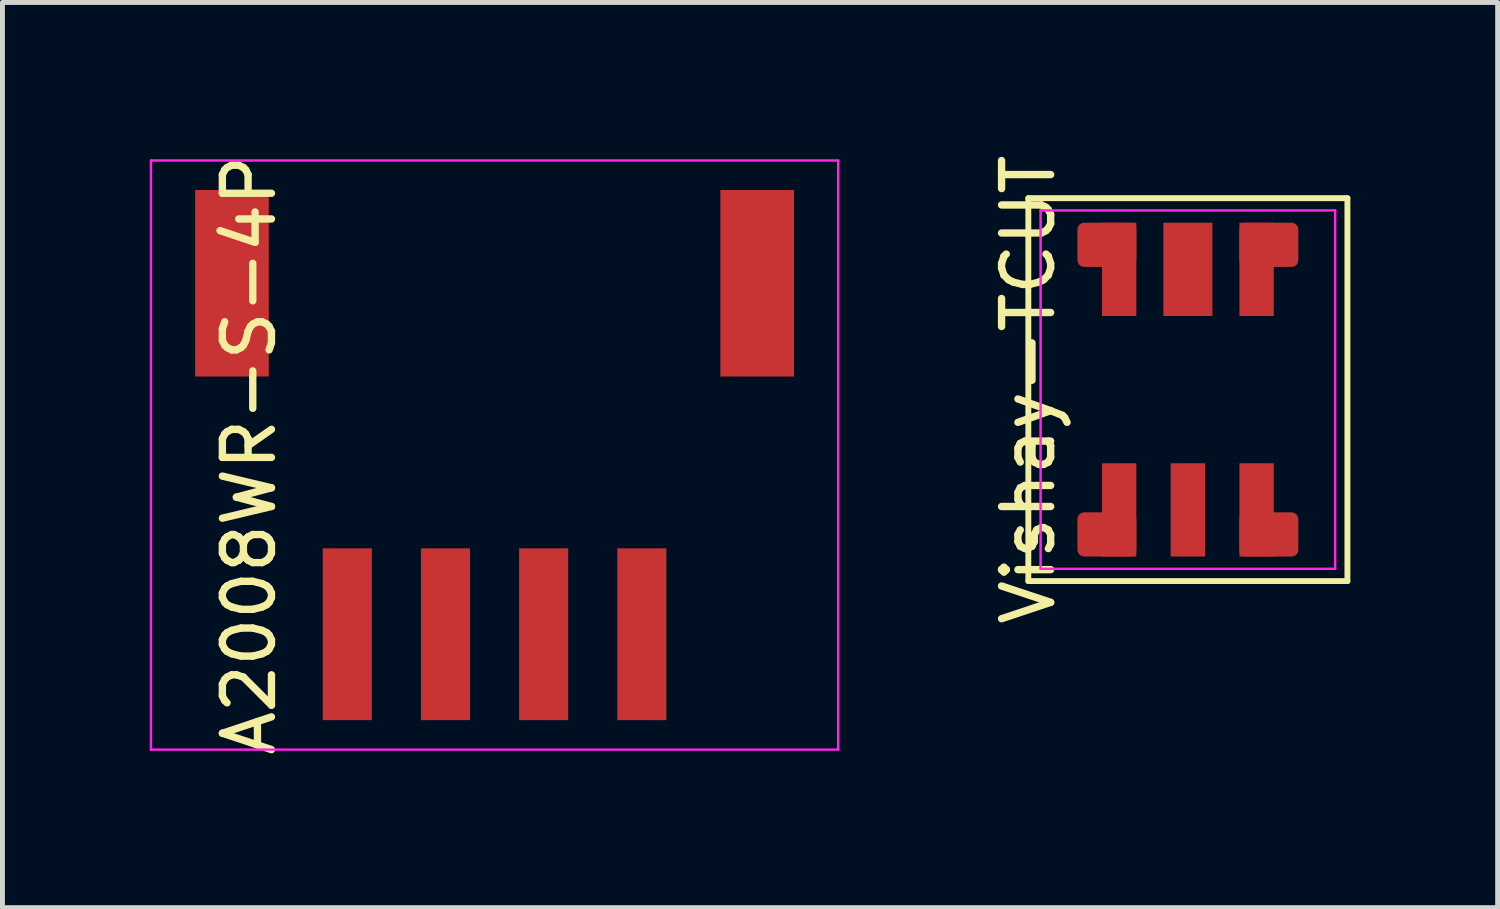
<source format=kicad_pcb>
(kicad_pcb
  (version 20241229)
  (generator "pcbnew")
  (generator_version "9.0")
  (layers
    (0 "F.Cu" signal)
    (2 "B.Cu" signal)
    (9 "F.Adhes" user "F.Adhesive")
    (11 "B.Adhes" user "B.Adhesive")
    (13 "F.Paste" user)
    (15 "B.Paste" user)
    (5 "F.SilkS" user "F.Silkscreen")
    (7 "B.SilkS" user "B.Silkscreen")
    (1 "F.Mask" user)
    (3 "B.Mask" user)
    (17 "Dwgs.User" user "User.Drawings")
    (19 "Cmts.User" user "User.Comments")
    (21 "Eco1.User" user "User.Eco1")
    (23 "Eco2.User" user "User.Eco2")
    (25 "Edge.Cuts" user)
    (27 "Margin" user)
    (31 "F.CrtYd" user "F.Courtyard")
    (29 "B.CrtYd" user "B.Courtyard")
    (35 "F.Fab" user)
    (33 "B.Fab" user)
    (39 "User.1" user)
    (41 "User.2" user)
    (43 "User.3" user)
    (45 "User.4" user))
  (footprint "A2008WR-S-4P"
    (layer "F.Cu")
    (at 7.025 6.22)
    (property "Reference" "A2008WR-S-4P" (at -5 0 90) (layer "F.SilkS") (effects (font (size 1 1) (thickness 0.15))))
    (attr smd)
    (fp_line (start -7 -6) (end 7 -6) (stroke (width 0.05) (type default)) (layer "F.CrtYd"))
    (fp_line (start -7 6) (end -7 -6) (stroke (width 0.05) (type solid)) (layer "F.CrtYd"))
    (fp_line (start 7 -6) (end 7 6) (stroke (width 0.05) (type solid)) (layer "F.CrtYd"))
    (fp_line (start 7 6) (end -7 6) (stroke (width 0.05) (type default)) (layer "F.CrtYd"))
    (pad "1" smd rect (at -3 3.65) (size 1 3.5) (layers "F.Cu" "F.Mask" "F.Paste"))
    (pad "2" smd rect (at -1 3.65) (size 1 3.5) (layers "F.Cu" "F.Mask" "F.Paste"))
    (pad "3" smd rect (at 1 3.65) (size 1 3.5) (layers "F.Cu" "F.Mask" "F.Paste"))
    (pad "4" smd rect (at 3 3.65) (size 1 3.5) (layers "F.Cu" "F.Mask" "F.Paste"))
    (pad "5" smd rect (at 5.35 -3.5) (size 1.5 3.8) (layers "F.Cu" "F.Mask" "F.Paste"))
    (pad "6" smd rect (at -5.35 -3.5) (size 1.5 3.8) (layers "F.Cu" "F.Mask" "F.Paste")))
  (footprint "Vishay-TCUT"
    (layer "F.Cu")
    (at 21.148 4.887)
    (property "Reference" "Vishay-TCUT" (at -3.25 0 90) (layer "F.SilkS") (effects (font (size 1 1) (thickness 0.15))))
    (attr smd)
    (fp_line (start -3.25 -3.9) (end 3.25 -3.9) (stroke (width 0.12) (type solid)) (layer "F.SilkS"))
    (fp_line (start -3.25 3.9) (end -3.25 -3.9) (stroke (width 0.12) (type solid)) (layer "F.SilkS"))
    (fp_line (start 3.25 -3.9) (end 3.25 3.9) (stroke (width 0.12) (type solid)) (layer "F.SilkS"))
    (fp_line (start 3.25 3.9) (end -3.25 3.9) (stroke (width 0.12) (type solid)) (layer "F.SilkS"))
    (fp_line (start -3 -3.65) (end 3 -3.65) (stroke (width 0.05) (type solid)) (layer "F.CrtYd"))
    (fp_line (start -3 3.65) (end -3 -3.65) (stroke (width 0.05) (type solid)) (layer "F.CrtYd"))
    (fp_line (start 3 -3.65) (end 3 3.65) (stroke (width 0.05) (type solid)) (layer "F.CrtYd"))
    (fp_line (start 3 3.65) (end -3 3.65) (stroke (width 0.05) (type solid)) (layer "F.CrtYd"))
    (pad "1" smd roundrect (at -1.65 2.95) (size 1.2 0.9) (layers "F.Cu" "F.Mask" "F.Paste") (roundrect_rratio 0.15))
    (pad "1" smd rect (at -1.4 2.45) (size 0.7 1.9) (layers "F.Cu" "F.Mask" "F.Paste"))
    (pad "2" smd rect (at 0 2.45) (size 0.7 1.9) (layers "F.Cu" "F.Mask" "F.Paste"))
    (pad "3" smd rect (at 1.4 2.45) (size 0.7 1.9) (layers "F.Cu" "F.Mask" "F.Paste"))
    (pad "3" smd roundrect (at 1.65 2.95) (size 1.2 0.9) (layers "F.Cu" "F.Mask" "F.Paste") (roundrect_rratio 0.15))
    (pad "4" smd rect (at 1.4 -2.45) (size 0.7 1.9) (layers "F.Cu" "F.Mask" "F.Paste"))
    (pad "4" smd roundrect (at 1.65 -2.95) (size 1.2 0.9) (layers "F.Cu" "F.Mask" "F.Paste") (roundrect_rratio 0.15))
    (pad "5" smd rect (at 0 -2.45) (size 1 1.9) (layers "F.Cu" "F.Mask" "F.Paste"))
    (pad "6" smd roundrect (at -1.65 -2.95) (size 1.2 0.9) (layers "F.Cu" "F.Mask" "F.Paste") (roundrect_rratio 0.15))
    (pad "6" smd rect (at -1.4 -2.45) (size 0.7 1.9) (layers "F.Cu" "F.Mask" "F.Paste")))
  (gr_rect
    (start -3 -3)
    (end 27.458 15.44)
    (stroke (width 0.1) (type default))
    (fill no)
    (layer "Edge.Cuts")))
</source>
